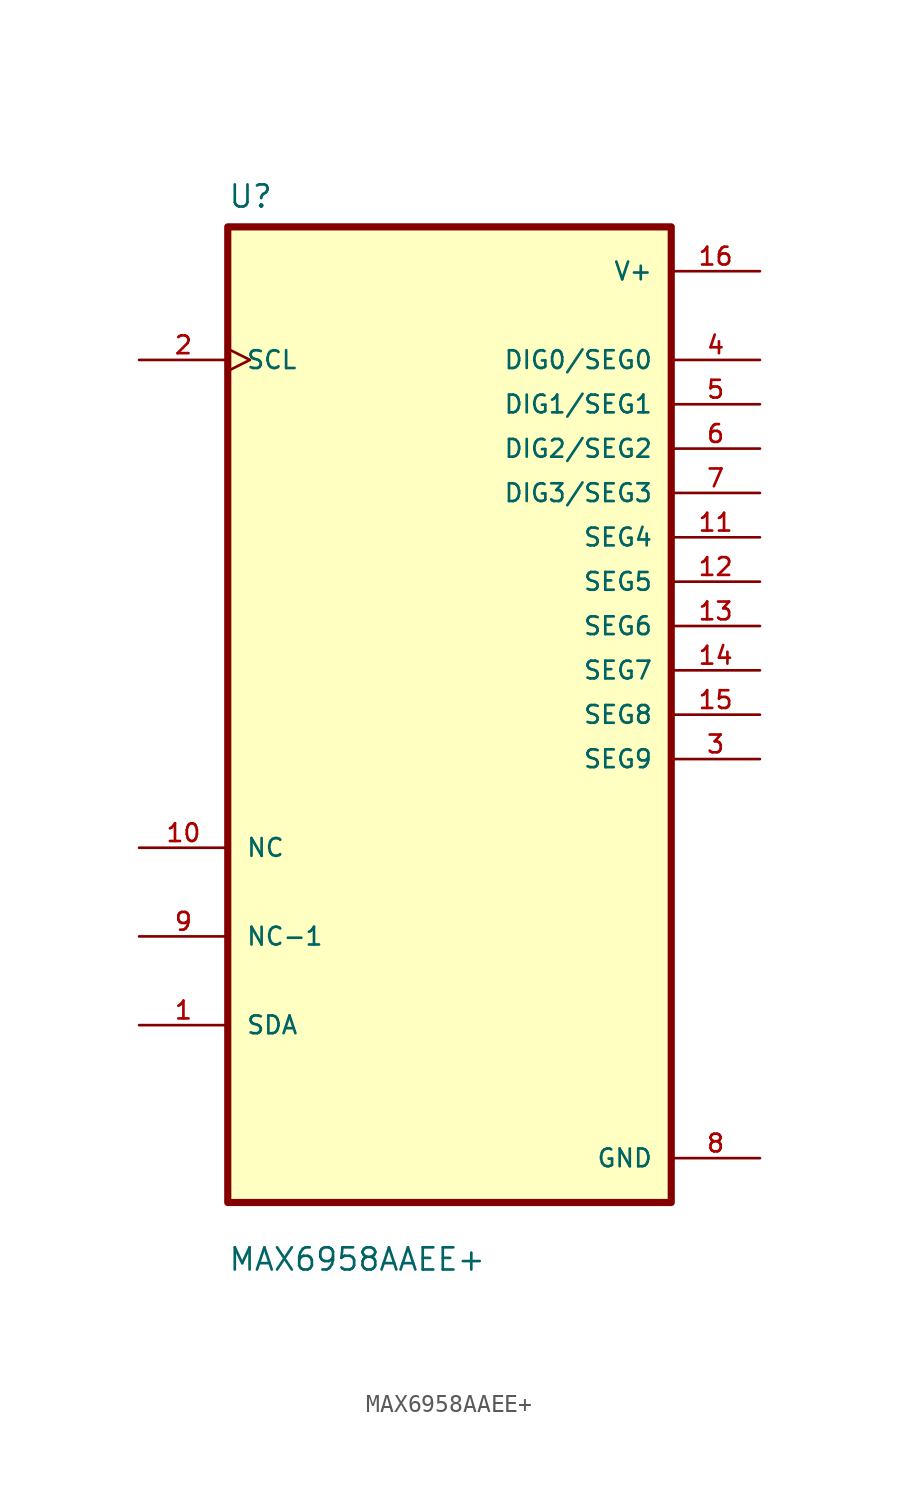
<source format=kicad_sym>
(kicad_symbol_lib
  (version 20211014)
  (generator kicad_symbol_editor)
  (symbol "MAX6958AAEE+"
    (pin_names
      (offset 1.016))
    (property "Reference" "U"
      (at -12.7 28.94 0.0)
      (effects (font (size 1.27 1.27)) (justify bottom left)))
    (property "Value" "MAX6958AAEE+"
      (at -12.7 -31.94 0.0)
      (effects (font (size 1.27 1.27)) (justify bottom left)))
    (symbol "MAX6958AAEE+_0_0"
      (rectangle (start -12.7 -27.94) (end 12.7 27.94) (stroke (width 0.41)) (fill (type background)))
      (pin input clock (at -17.78 20.32 0) (length 5.08) (name "SCL" (effects (font (size 1.016 1.016)))) (number "2" (effects (font (size 1.016 1.016)))))
      (pin bidirectional line (at -17.78 -7.62 0) (length 5.08) (name "NC" (effects (font (size 1.016 1.016)))) (number "10" (effects (font (size 1.016 1.016)))))
      (pin bidirectional line (at -17.78 -12.7 0) (length 5.08) (name "NC-1" (effects (font (size 1.016 1.016)))) (number "9" (effects (font (size 1.016 1.016)))))
      (pin bidirectional line (at -17.78 -17.78 0) (length 5.08) (name "SDA" (effects (font (size 1.016 1.016)))) (number "1" (effects (font (size 1.016 1.016)))))
      (pin power_in line (at 17.78 25.4 180.0) (length 5.08) (name "V+" (effects (font (size 1.016 1.016)))) (number "16" (effects (font (size 1.016 1.016)))))
      (pin output line (at 17.78 20.32 180.0) (length 5.08) (name "DIG0/SEG0" (effects (font (size 1.016 1.016)))) (number "4" (effects (font (size 1.016 1.016)))))
      (pin output line (at 17.78 17.78 180.0) (length 5.08) (name "DIG1/SEG1" (effects (font (size 1.016 1.016)))) (number "5" (effects (font (size 1.016 1.016)))))
      (pin output line (at 17.78 15.24 180.0) (length 5.08) (name "DIG2/SEG2" (effects (font (size 1.016 1.016)))) (number "6" (effects (font (size 1.016 1.016)))))
      (pin output line (at 17.78 12.7 180.0) (length 5.08) (name "DIG3/SEG3" (effects (font (size 1.016 1.016)))) (number "7" (effects (font (size 1.016 1.016)))))
      (pin output line (at 17.78 10.16 180.0) (length 5.08) (name "SEG4" (effects (font (size 1.016 1.016)))) (number "11" (effects (font (size 1.016 1.016)))))
      (pin output line (at 17.78 7.62 180.0) (length 5.08) (name "SEG5" (effects (font (size 1.016 1.016)))) (number "12" (effects (font (size 1.016 1.016)))))
      (pin output line (at 17.78 5.08 180.0) (length 5.08) (name "SEG6" (effects (font (size 1.016 1.016)))) (number "13" (effects (font (size 1.016 1.016)))))
      (pin output line (at 17.78 2.54 180.0) (length 5.08) (name "SEG7" (effects (font (size 1.016 1.016)))) (number "14" (effects (font (size 1.016 1.016)))))
      (pin output line (at 17.78 3.55271e-15 180.0) (length 5.08) (name "SEG8" (effects (font (size 1.016 1.016)))) (number "15" (effects (font (size 1.016 1.016)))))
      (pin output line (at 17.78 -2.54 180.0) (length 5.08) (name "SEG9" (effects (font (size 1.016 1.016)))) (number "3" (effects (font (size 1.016 1.016)))))
      (pin power_in line (at 17.78 -25.4 180.0) (length 5.08) (name "GND" (effects (font (size 1.016 1.016)))) (number "8" (effects (font (size 1.016 1.016))))))))
</source>
